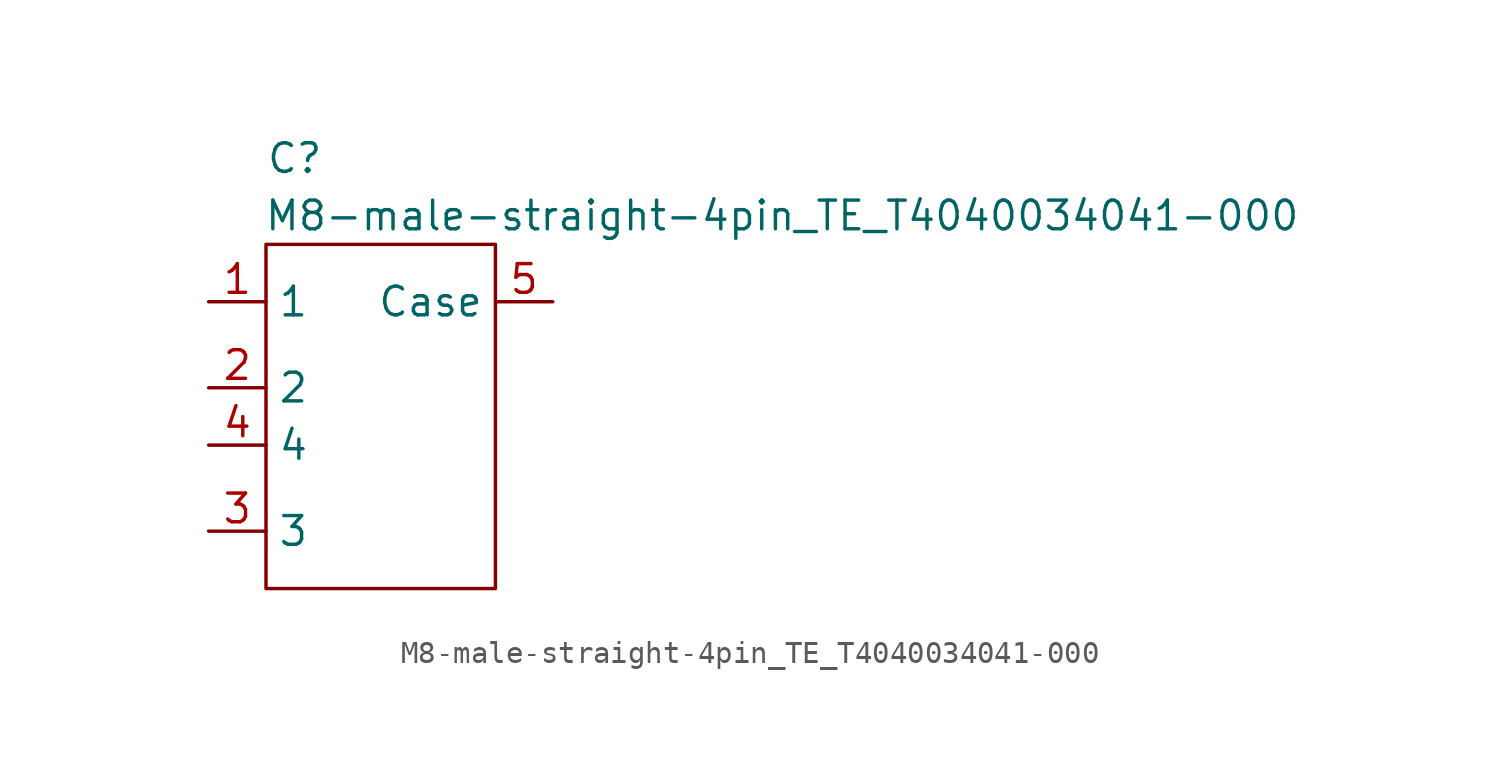
<source format=kicad_sym>
(kicad_symbol_lib
  (version 20211014)
  (generator kicad_symbol_editor)
  (symbol "M8-male-straight-4pin_TE_T4040034041-000"
    (property "Reference" "C"
      (at 1.27 6.35 0)
      (effects (font (size 1.27 1.27))))
    (property "Value" "M8-male-straight-4pin_TE_T4040034041-000"
      (at 22.86 3.81 0)
      (effects (font (size 1.27 1.27))))
    (symbol "M8-male-straight-4pin_TE_T4040034041-000_0_1"
      (rectangle (start 0 2.54) (end 10.16 -12.7) (stroke (width 0) (type default) (color 0 0 0 0)) (fill (type none))))
    (symbol "M8-male-straight-4pin_TE_T4040034041-000_1_1"
      (pin passive line (at -2.54 0 0) (length 2.54) (name "1" (effects (font (size 1.27 1.27)))) (number "1" (effects (font (size 1.27 1.27)))))
      (pin passive line (at -2.54 -3.81 0) (length 2.54) (name "2" (effects (font (size 1.27 1.27)))) (number "2" (effects (font (size 1.27 1.27)))))
      (pin passive line (at -2.54 -10.16 0) (length 2.54) (name "3" (effects (font (size 1.27 1.27)))) (number "3" (effects (font (size 1.27 1.27)))))
      (pin passive line (at -2.54 -6.35 0) (length 2.54) (name "4" (effects (font (size 1.27 1.27)))) (number "4" (effects (font (size 1.27 1.27)))))
      (pin passive line (at 12.7 0 180) (length 2.54) (name "Case" (effects (font (size 1.27 1.27)))) (number "5" (effects (font (size 1.27 1.27))))))))
</source>
